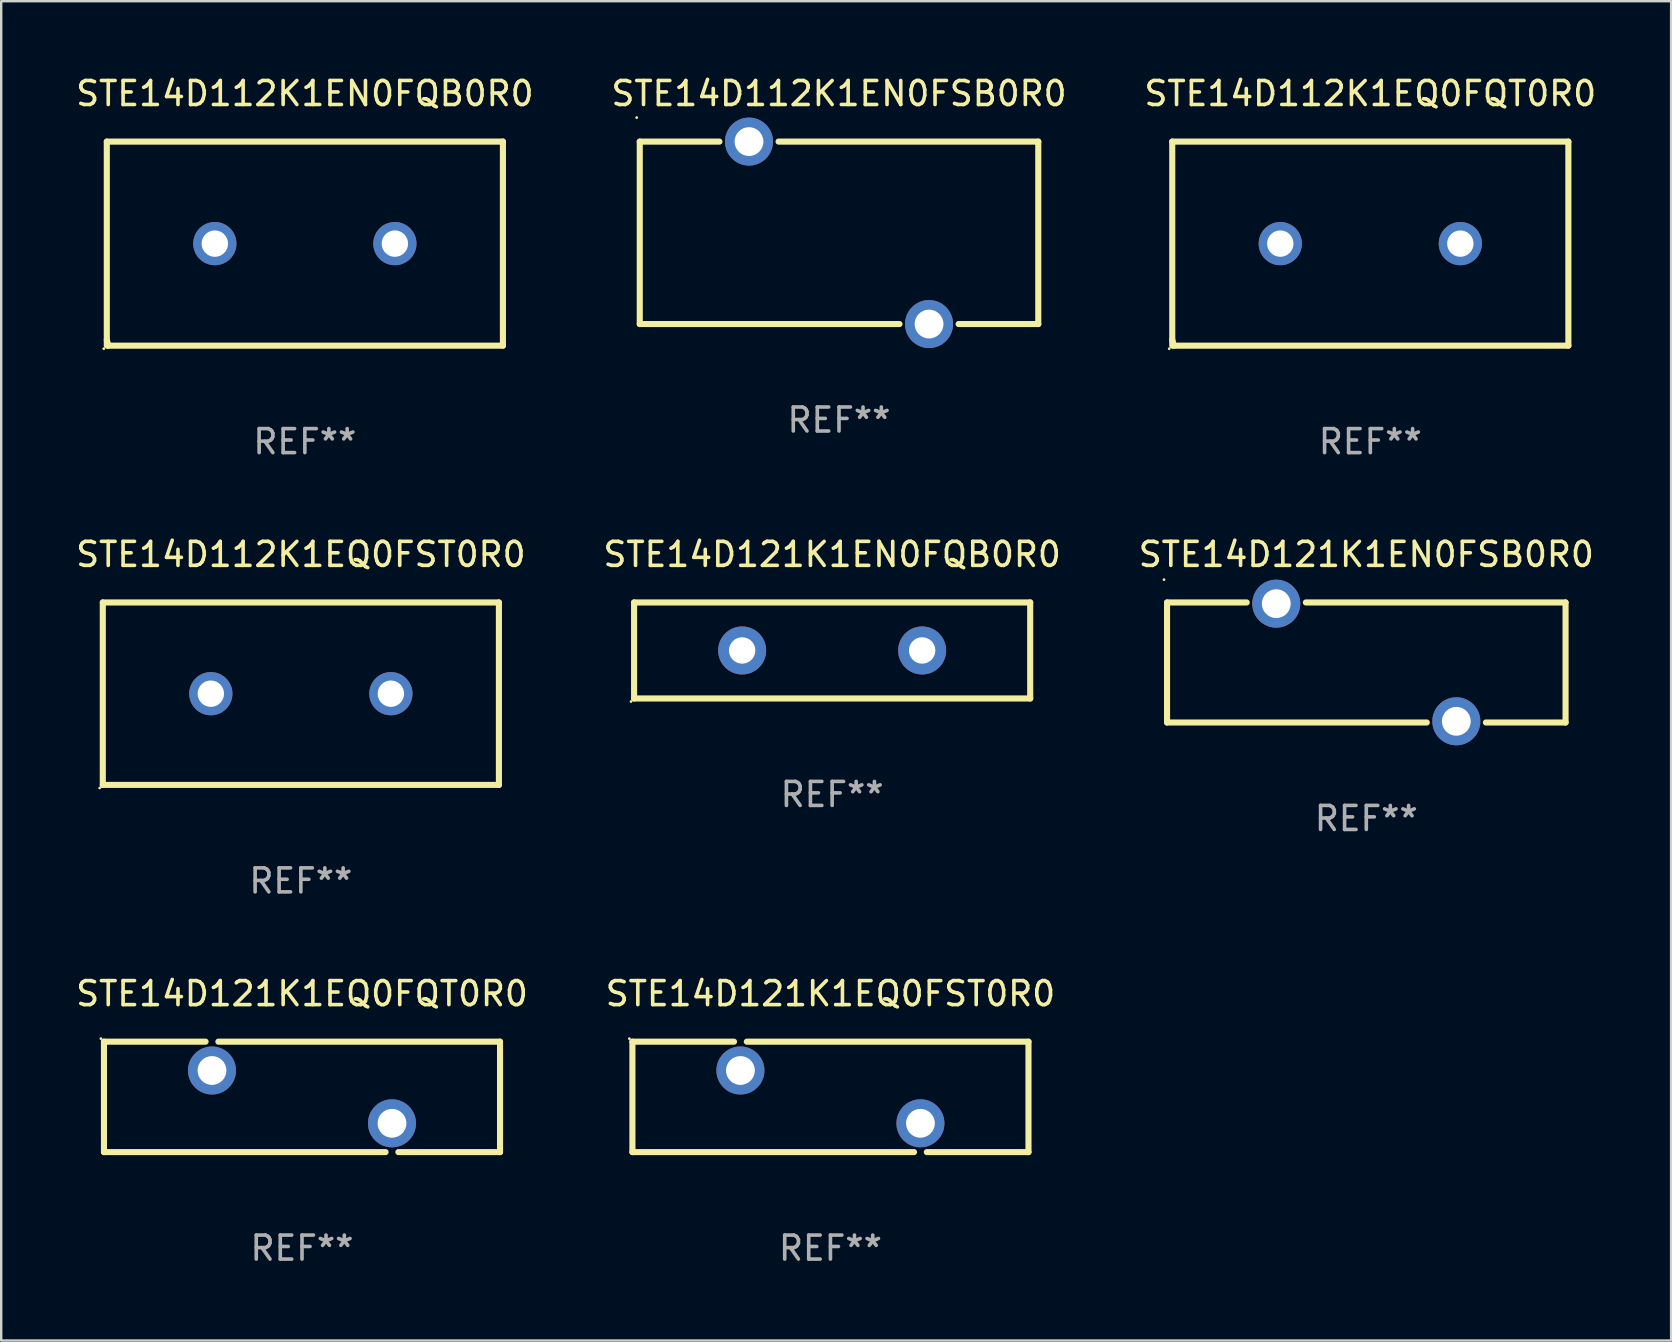
<source format=kicad_pcb>
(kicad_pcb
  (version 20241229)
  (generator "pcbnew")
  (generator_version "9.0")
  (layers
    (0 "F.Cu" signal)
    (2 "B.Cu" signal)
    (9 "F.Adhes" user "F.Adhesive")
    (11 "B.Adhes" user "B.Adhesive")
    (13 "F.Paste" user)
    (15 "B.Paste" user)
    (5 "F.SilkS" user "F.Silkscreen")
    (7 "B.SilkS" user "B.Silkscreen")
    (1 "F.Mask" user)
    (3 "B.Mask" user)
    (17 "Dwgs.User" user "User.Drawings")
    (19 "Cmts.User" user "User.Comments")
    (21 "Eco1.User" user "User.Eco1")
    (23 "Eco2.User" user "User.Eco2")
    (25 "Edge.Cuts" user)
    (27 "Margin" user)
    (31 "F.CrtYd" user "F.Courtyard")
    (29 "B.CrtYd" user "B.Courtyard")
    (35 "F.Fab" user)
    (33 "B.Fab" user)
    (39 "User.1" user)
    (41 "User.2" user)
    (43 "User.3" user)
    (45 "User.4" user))
  (footprint "STE14D121K1EN0FQB0R0"
    (layer "F.Cu")
    (at 31.613 24.045)
    (property "Reference" "STE14D121K1EN0FQB0R0" (at 0 -4 0) (layer "F.SilkS") (effects (font (size 1 1) (thickness 0.15))))
    (attr through_hole)
    (fp_line (start -8.25 -2) (end 8.25 -2) (stroke (width 0.254) (type solid)) (layer "F.SilkS"))
    (fp_line (start -8.25 2) (end -8.25 -2) (stroke (width 0.254) (type solid)) (layer "F.SilkS"))
    (fp_line (start 8.25 -2) (end 8.25 2) (stroke (width 0.254) (type solid)) (layer "F.SilkS"))
    (fp_line (start 8.25 2) (end -8.25 2) (stroke (width 0.254) (type solid)) (layer "F.SilkS"))
    (fp_circle (center -8.377 2.127) (end -8.347 2.127) (stroke (width 0.06) (type solid)) (fill no) (layer "F.SilkS"))
    (fp_text user "REF**" (at 0 6 0) (layer "F.Fab") (effects (font (size 1 1) (thickness 0.15))))
    (pad "1" thru_hole circle (at -3.749 0) (size 2 2) (drill 1.1) (layers "*.Cu" "*.Mask"))
    (pad "2" thru_hole circle (at 3.749 0) (size 2 2) (drill 1.1) (layers "*.Cu" "*.Mask")))
  (footprint "STE14D112K1EQ0FST0R0"
    (layer "F.Cu")
    (at 9.482 25.845)
    (property "Reference" "STE14D112K1EQ0FST0R0" (at 0 -5.8 0) (layer "F.SilkS") (effects (font (size 1 1) (thickness 0.15))))
    (attr through_hole)
    (fp_line (start -8.25 -3.8) (end 8.25 -3.8) (stroke (width 0.254) (type solid)) (layer "F.SilkS"))
    (fp_line (start -8.25 3.8) (end -8.25 -3.8) (stroke (width 0.254) (type solid)) (layer "F.SilkS"))
    (fp_line (start 8.25 -3.8) (end 8.25 3.8) (stroke (width 0.254) (type solid)) (layer "F.SilkS"))
    (fp_line (start 8.25 3.8) (end -8.25 3.8) (stroke (width 0.254) (type solid)) (layer "F.SilkS"))
    (fp_circle (center -8.377 3.927) (end -8.347 3.927) (stroke (width 0.06) (type solid)) (fill no) (layer "F.SilkS"))
    (fp_text user "REF**" (at 0 7.8 0) (layer "F.Fab") (effects (font (size 1 1) (thickness 0.15))))
    (pad "1" thru_hole circle (at -3.75 0) (size 1.8 1.8) (drill 1.1) (layers "*.Cu" "*.Mask"))
    (pad "2" thru_hole circle (at 3.75 0) (size 1.8 1.8) (drill 1.1) (layers "*.Cu" "*.Mask")))
  (footprint "STE14D121K1EQ0FQT0R0"
    (layer "F.Cu")
    (at 9.53 42.641)
    (property "Reference" "STE14D121K1EQ0FQT0R0" (at 0 -4.3 0) (layer "F.SilkS") (effects (font (size 1 1) (thickness 0.15))))
    (attr through_hole)
    (fp_line (start -8.249 -2.3) (end -4.017 -2.3) (stroke (width 0.254) (type solid)) (layer "F.SilkS"))
    (fp_line (start -8.249 2.3) (end -8.249 -2.3) (stroke (width 0.254) (type solid)) (layer "F.SilkS"))
    (fp_line (start -8.249 2.3) (end 3.481 2.3) (stroke (width 0.254) (type solid)) (layer "F.SilkS"))
    (fp_line (start -3.484 -2.3) (end 8.249 -2.3) (stroke (width 0.254) (type solid)) (layer "F.SilkS"))
    (fp_line (start 4.014 2.3) (end 8.249 2.3) (stroke (width 0.254) (type solid)) (layer "F.SilkS"))
    (fp_line (start 8.249 -2.3) (end 8.249 2.3) (stroke (width 0.254) (type solid)) (layer "F.SilkS"))
    (fp_circle (center -8.376 -2.427) (end -8.346 -2.427) (stroke (width 0.06) (type solid)) (fill no) (layer "F.SilkS"))
    (fp_text user "REF**" (at 0 6.3 0) (layer "F.Fab") (effects (font (size 1 1) (thickness 0.15))))
    (pad "1" thru_hole circle (at -3.75 -1.1) (size 2 2) (drill 1.2) (layers "*.Cu" "*.Mask"))
    (pad "2" thru_hole circle (at 3.748 1.1) (size 2 2) (drill 1.2) (layers "*.Cu" "*.Mask")))
  (footprint "STE14D121K1EQ0FST0R0"
    (layer "F.Cu")
    (at 31.542 42.641)
    (property "Reference" "STE14D121K1EQ0FST0R0" (at 0 -4.3 0) (layer "F.SilkS") (effects (font (size 1 1) (thickness 0.15))))
    (attr through_hole)
    (fp_line (start -8.249 -2.3) (end -4.017 -2.3) (stroke (width 0.254) (type solid)) (layer "F.SilkS"))
    (fp_line (start -8.249 2.3) (end -8.249 -2.3) (stroke (width 0.254) (type solid)) (layer "F.SilkS"))
    (fp_line (start -8.249 2.3) (end 3.481 2.3) (stroke (width 0.254) (type solid)) (layer "F.SilkS"))
    (fp_line (start -3.484 -2.3) (end 8.249 -2.3) (stroke (width 0.254) (type solid)) (layer "F.SilkS"))
    (fp_line (start 4.014 2.3) (end 8.249 2.3) (stroke (width 0.254) (type solid)) (layer "F.SilkS"))
    (fp_line (start 8.249 -2.3) (end 8.249 2.3) (stroke (width 0.254) (type solid)) (layer "F.SilkS"))
    (fp_circle (center -8.376 -2.427) (end -8.346 -2.427) (stroke (width 0.06) (type solid)) (fill no) (layer "F.SilkS"))
    (fp_text user "REF**" (at 0 6.3 0) (layer "F.Fab") (effects (font (size 1 1) (thickness 0.15))))
    (pad "1" thru_hole circle (at -3.75 -1.1) (size 2 2) (drill 1.2) (layers "*.Cu" "*.Mask"))
    (pad "2" thru_hole circle (at 3.748 1.1) (size 2 2) (drill 1.2) (layers "*.Cu" "*.Mask")))
  (footprint "STE14D121K1EN0FSB0R0"
    (layer "F.Cu")
    (at 53.863 24.545)
    (property "Reference" "STE14D121K1EN0FSB0R0" (at 0 -4.5 0) (layer "F.SilkS") (effects (font (size 1 1) (thickness 0.15))))
    (attr through_hole)
    (fp_line (start -8.3 -2.5) (end -8.3 2.5) (stroke (width 0.254) (type solid)) (layer "F.SilkS"))
    (fp_line (start -8.3 -2.5) (end -4.981 -2.5) (stroke (width 0.254) (type solid)) (layer "F.SilkS"))
    (fp_line (start -8.3 2.5) (end 2.519 2.5) (stroke (width 0.254) (type solid)) (layer "F.SilkS"))
    (fp_line (start -2.519 -2.5) (end 8.3 -2.5) (stroke (width 0.254) (type solid)) (layer "F.SilkS"))
    (fp_line (start 4.981 2.5) (end 8.3 2.5) (stroke (width 0.254) (type solid)) (layer "F.SilkS"))
    (fp_line (start 8.3 -2.5) (end 8.3 2.5) (stroke (width 0.254) (type solid)) (layer "F.SilkS"))
    (fp_circle (center -8.427 -3.45) (end -8.397 -3.45) (stroke (width 0.06) (type solid)) (fill no) (layer "F.SilkS"))
    (fp_text user "REF**" (at 0 6.5 0) (layer "F.Fab") (effects (font (size 1 1) (thickness 0.15))))
    (pad "1" thru_hole circle (at -3.75 -2.45) (size 2 2) (drill 1.2) (layers "*.Cu" "*.Mask"))
    (pad "2" thru_hole circle (at 3.75 2.45) (size 2 2) (drill 1.2) (layers "*.Cu" "*.Mask")))
  (footprint "STE14D112K1EQ0FQT0R0"
    (layer "F.Cu")
    (at 54.03 7.098)
    (property "Reference" "STE14D112K1EQ0FQT0R0" (at 0 -6.25 0) (layer "F.SilkS") (effects (font (size 1 1) (thickness 0.15))))
    (attr through_hole)
    (fp_line (start -8.25 -4.25) (end 8.25 -4.25) (stroke (width 0.254) (type solid)) (layer "F.SilkS"))
    (fp_line (start -8.25 4.25) (end -8.25 -4.25) (stroke (width 0.254) (type solid)) (layer "F.SilkS"))
    (fp_line (start -8.188 4.25) (end -8.25 4) (stroke (width 0.254) (type solid)) (layer "F.SilkS"))
    (fp_line (start 8.25 -4.25) (end 8.25 4.25) (stroke (width 0.254) (type solid)) (layer "F.SilkS"))
    (fp_line (start 8.25 4.25) (end -8.188 4.25) (stroke (width 0.254) (type solid)) (layer "F.SilkS"))
    (fp_circle (center -8.377 4.377) (end -8.347 4.377) (stroke (width 0.06) (type solid)) (fill no) (layer "F.SilkS"))
    (fp_text user "REF**" (at 0 8.25 0) (layer "F.Fab") (effects (font (size 1 1) (thickness 0.15))))
    (pad "1" thru_hole circle (at -3.75 0) (size 1.8 1.8) (drill 1.1) (layers "*.Cu" "*.Mask"))
    (pad "2" thru_hole circle (at 3.75 0) (size 1.8 1.8) (drill 1.1) (layers "*.Cu" "*.Mask")))
  (footprint "STE14D112K1EN0FQB0R0"
    (layer "F.Cu")
    (at 9.649 7.098)
    (property "Reference" "STE14D112K1EN0FQB0R0" (at 0 -6.25 0) (layer "F.SilkS") (effects (font (size 1 1) (thickness 0.15))))
    (attr through_hole)
    (fp_line (start -8.25 -4.25) (end 8.25 -4.25) (stroke (width 0.254) (type solid)) (layer "F.SilkS"))
    (fp_line (start -8.25 4.25) (end -8.25 -4.25) (stroke (width 0.254) (type solid)) (layer "F.SilkS"))
    (fp_line (start -8.188 4.25) (end -8.25 4) (stroke (width 0.254) (type solid)) (layer "F.SilkS"))
    (fp_line (start 8.25 -4.25) (end 8.25 4.25) (stroke (width 0.254) (type solid)) (layer "F.SilkS"))
    (fp_line (start 8.25 4.25) (end -8.188 4.25) (stroke (width 0.254) (type solid)) (layer "F.SilkS"))
    (fp_circle (center -8.377 4.377) (end -8.347 4.377) (stroke (width 0.06) (type solid)) (fill no) (layer "F.SilkS"))
    (fp_text user "REF**" (at 0 8.25 0) (layer "F.Fab") (effects (font (size 1 1) (thickness 0.15))))
    (pad "1" thru_hole circle (at -3.75 0) (size 1.8 1.8) (drill 1.1) (layers "*.Cu" "*.Mask"))
    (pad "2" thru_hole circle (at 3.75 0) (size 1.8 1.8) (drill 1.1) (layers "*.Cu" "*.Mask")))
  (footprint "STE14D112K1EN0FSB0R0"
    (layer "F.Cu")
    (at 31.899 6.648)
    (property "Reference" "STE14D112K1EN0FSB0R0" (at 0 -5.8 0) (layer "F.SilkS") (effects (font (size 1 1) (thickness 0.15))))
    (attr through_hole)
    (fp_line (start -8.3 -3.8) (end -8.3 3.8) (stroke (width 0.254) (type solid)) (layer "F.SilkS"))
    (fp_line (start -8.3 -3.8) (end -4.981 -3.8) (stroke (width 0.254) (type solid)) (layer "F.SilkS"))
    (fp_line (start -8.3 3.8) (end 2.519 3.8) (stroke (width 0.254) (type solid)) (layer "F.SilkS"))
    (fp_line (start -2.519 -3.8) (end 8.3 -3.8) (stroke (width 0.254) (type solid)) (layer "F.SilkS"))
    (fp_line (start 4.981 3.8) (end 8.3 3.8) (stroke (width 0.254) (type solid)) (layer "F.SilkS"))
    (fp_line (start 8.3 -3.8) (end 8.3 3.8) (stroke (width 0.254) (type solid)) (layer "F.SilkS"))
    (fp_circle (center -8.427 -4.8) (end -8.397 -4.8) (stroke (width 0.06) (type solid)) (fill no) (layer "F.SilkS"))
    (fp_text user "REF**" (at 0 7.8 0) (layer "F.Fab") (effects (font (size 1 1) (thickness 0.15))))
    (pad "1" thru_hole circle (at -3.75 -3.8) (size 2 2) (drill 1.2) (layers "*.Cu" "*.Mask"))
    (pad "2" thru_hole circle (at 3.75 3.8) (size 2 2) (drill 1.2) (layers "*.Cu" "*.Mask")))
  (gr_rect
    (start -3 -3)
    (end 66.56 52.79)
    (stroke (width 0.1) (type default))
    (fill no)
    (layer "Edge.Cuts")))
</source>
